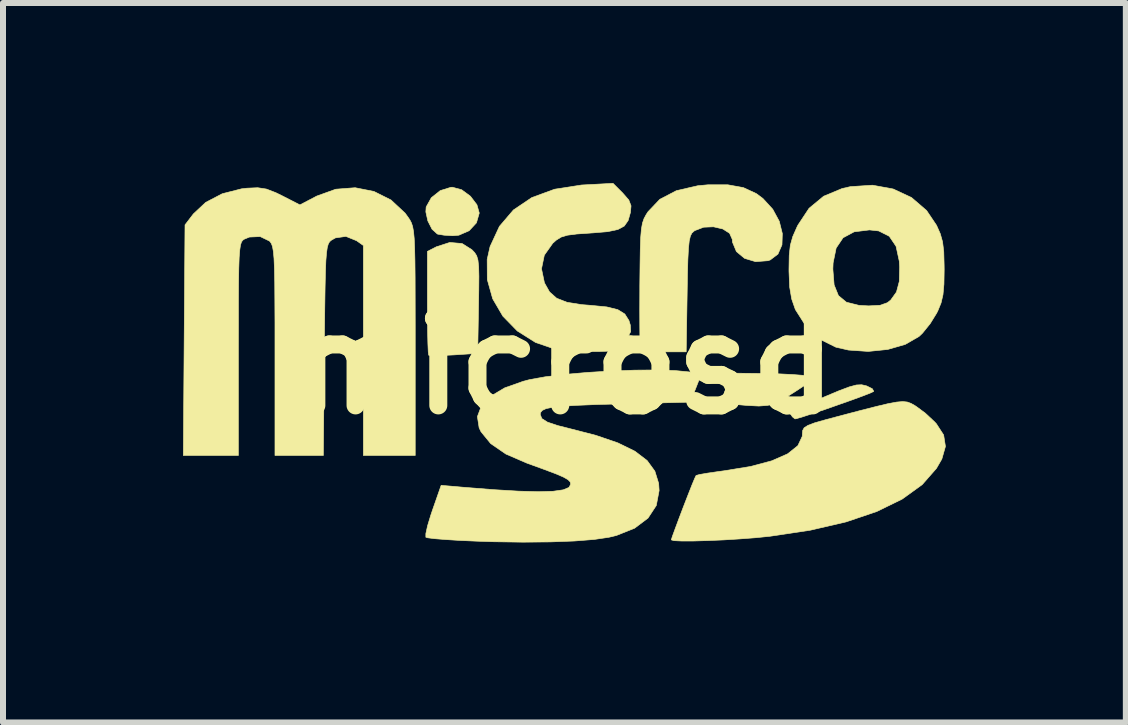
<source format=kicad_pcb>
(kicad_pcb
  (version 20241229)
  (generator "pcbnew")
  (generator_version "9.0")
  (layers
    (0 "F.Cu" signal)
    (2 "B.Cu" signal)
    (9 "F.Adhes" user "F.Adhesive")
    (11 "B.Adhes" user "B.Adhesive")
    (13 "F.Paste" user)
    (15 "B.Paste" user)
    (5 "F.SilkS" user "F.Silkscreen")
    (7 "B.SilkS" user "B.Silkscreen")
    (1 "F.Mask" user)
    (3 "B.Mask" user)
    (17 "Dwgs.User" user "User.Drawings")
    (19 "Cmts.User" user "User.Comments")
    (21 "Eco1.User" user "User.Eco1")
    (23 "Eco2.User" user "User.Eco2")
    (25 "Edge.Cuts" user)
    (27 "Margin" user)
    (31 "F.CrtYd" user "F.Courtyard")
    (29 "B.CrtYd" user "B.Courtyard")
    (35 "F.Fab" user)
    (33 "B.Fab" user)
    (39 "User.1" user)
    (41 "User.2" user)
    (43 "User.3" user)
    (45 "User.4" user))
  (footprint "microsd"
    (layer "F.Cu")
    (at 6.358 3.016)
    (property "Reference" "microsd" (at 0 0 0) (layer "F.SilkS") (effects (font (size 1.524 1.524) (thickness 0.3))))
    (attr through_hole)
    (fp_poly (pts (xy -1.715 -2.904) (xy -1.569 -2.796) (xy -1.461 -2.654) (xy -1.422 -2.516) (xy -1.469 -2.353) (xy -1.59 -2.222) (xy -1.762 -2.147) (xy -1.865 -2.138) (xy -2.008 -2.147) (xy -2.112 -2.164) (xy -2.122 -2.168) (xy -2.209 -2.247) (xy -2.279 -2.385) (xy -2.312 -2.535) (xy -2.307 -2.617) (xy -2.221 -2.771) (xy -2.072 -2.89) (xy -1.895 -2.945) (xy -1.869 -2.946) (xy -1.715 -2.904)) (stroke (width 0.01) (type solid)) (fill yes) (layer "F.SilkS"))
    (fp_poly (pts (xy -1.708 -2.008) (xy -1.546 -1.906) (xy -1.498 -1.856) (xy -1.465 -1.803) (xy -1.444 -1.732) (xy -1.432 -1.624) (xy -1.428 -1.462) (xy -1.43 -1.23) (xy -1.434 -0.979) (xy -1.448 -0.178) (xy -1.846 -0.152) (xy -2.036 -0.143) (xy -2.182 -0.141) (xy -2.26 -0.146) (xy -2.265 -0.148) (xy -2.272 -0.203) (xy -2.278 -0.343) (xy -2.283 -0.55) (xy -2.285 -0.808) (xy -2.286 -1.023) (xy -2.286 -1.877) (xy -2.136 -1.954) (xy -1.913 -2.026) (xy -1.708 -2.008)) (stroke (width 0.01) (type solid)) (fill yes) (layer "F.SilkS"))
    (fp_poly (pts (xy 3.338 0.158) (xy 3.58 0.164) (xy 3.8 0.175) (xy 3.968 0.188) (xy 4.039 0.199) (xy 4.109 0.217) (xy 4.134 0.241) (xy 4.103 0.281) (xy 4.008 0.35) (xy 3.838 0.462) (xy 3.822 0.472) (xy 3.649 0.582) (xy 3.513 0.652) (xy 3.386 0.689) (xy 3.237 0.7) (xy 3.038 0.69) (xy 2.857 0.674) (xy 2.717 0.65) (xy 2.652 0.599) (xy 2.654 0.499) (xy 2.714 0.331) (xy 2.715 0.329) (xy 2.789 0.152) (xy 3.338 0.158)) (stroke (width 0.01) (type solid)) (fill yes) (layer "F.SilkS"))
    (fp_poly (pts (xy 5.027 0.363) (xy 5.034 0.365) (xy 5.128 0.412) (xy 5.151 0.454) (xy 5.147 0.458) (xy 5.09 0.485) (xy 4.958 0.536) (xy 4.775 0.603) (xy 4.562 0.678) (xy 4.343 0.755) (xy 4.138 0.824) (xy 3.971 0.878) (xy 3.864 0.91) (xy 3.839 0.914) (xy 3.795 0.879) (xy 3.783 0.86) (xy 3.765 0.835) (xy 3.761 0.815) (xy 3.784 0.791) (xy 3.848 0.756) (xy 3.967 0.702) (xy 4.156 0.621) (xy 4.332 0.546) (xy 4.573 0.445) (xy 4.743 0.381) (xy 4.862 0.349) (xy 4.95 0.345) (xy 5.027 0.363)) (stroke (width 0.01) (type solid)) (fill yes) (layer "F.SilkS"))
    (fp_poly (pts (xy 2.719 -2.987) (xy 2.979 -2.94) (xy 3.195 -2.84) (xy 3.305 -2.758) (xy 3.468 -2.58) (xy 3.577 -2.379) (xy 3.628 -2.174) (xy 3.622 -1.985) (xy 3.555 -1.832) (xy 3.427 -1.735) (xy 3.39 -1.722) (xy 3.182 -1.706) (xy 2.999 -1.761) (xy 2.863 -1.874) (xy 2.797 -2.032) (xy 2.794 -2.078) (xy 2.749 -2.179) (xy 2.636 -2.251) (xy 2.481 -2.287) (xy 2.317 -2.28) (xy 2.17 -2.224) (xy 2.156 -2.214) (xy 2.121 -2.182) (xy 2.096 -2.133) (xy 2.077 -2.053) (xy 2.064 -1.927) (xy 2.054 -1.742) (xy 2.047 -1.482) (xy 2.042 -1.173) (xy 2.026 -0.203) (xy 1.656 -0.203) (xy 1.474 -0.206) (xy 1.335 -0.213) (xy 1.268 -0.223) (xy 1.266 -0.224) (xy 1.26 -0.279) (xy 1.255 -0.42) (xy 1.253 -0.632) (xy 1.252 -0.9) (xy 1.253 -1.208) (xy 1.253 -1.296) (xy 1.257 -1.648) (xy 1.261 -1.915) (xy 1.268 -2.11) (xy 1.28 -2.25) (xy 1.298 -2.35) (xy 1.324 -2.425) (xy 1.359 -2.49) (xy 1.39 -2.538) (xy 1.587 -2.745) (xy 1.863 -2.889) (xy 2.219 -2.971) (xy 2.39 -2.987) (xy 2.719 -2.987)) (stroke (width 0.01) (type solid)) (fill yes) (layer "F.SilkS"))
    (fp_poly (pts (xy 0.968 -2.85) (xy 1.07 -2.733) (xy 1.107 -2.636) (xy 1.097 -2.526) (xy 1.059 -2.392) (xy 0.995 -2.3) (xy 0.888 -2.242) (xy 0.719 -2.206) (xy 0.468 -2.185) (xy 0.432 -2.183) (xy 0.202 -2.167) (xy 0.048 -2.147) (xy -0.056 -2.116) (xy -0.136 -2.067) (xy -0.197 -2.013) (xy -0.338 -1.814) (xy -0.385 -1.587) (xy -0.336 -1.353) (xy -0.251 -1.202) (xy -0.133 -1.097) (xy 0.039 -1.029) (xy 0.283 -0.99) (xy 0.435 -0.978) (xy 0.702 -0.952) (xy 0.885 -0.907) (xy 1.003 -0.834) (xy 1.072 -0.725) (xy 1.095 -0.649) (xy 1.101 -0.54) (xy 1.048 -0.437) (xy 0.974 -0.357) (xy 0.893 -0.281) (xy 0.817 -0.236) (xy 0.717 -0.214) (xy 0.566 -0.208) (xy 0.398 -0.209) (xy 0.188 -0.214) (xy 0.008 -0.223) (xy -0.11 -0.234) (xy -0.127 -0.237) (xy -0.485 -0.36) (xy -0.788 -0.551) (xy -1.029 -0.798) (xy -1.198 -1.087) (xy -1.288 -1.407) (xy -1.29 -1.743) (xy -1.242 -1.957) (xy -1.086 -2.294) (xy -0.853 -2.567) (xy -0.546 -2.774) (xy -0.167 -2.913) (xy 0.281 -2.983) (xy 0.338 -2.986) (xy 0.807 -3.011) (xy 0.968 -2.85)) (stroke (width 0.01) (type solid)) (fill yes) (layer "F.SilkS"))
    (fp_poly (pts (xy 5.711 0.633) (xy 5.773 0.656) (xy 5.835 0.691) (xy 5.858 0.706) (xy 6.01 0.818) (xy 6.162 0.96) (xy 6.194 0.994) (xy 6.316 1.182) (xy 6.346 1.373) (xy 6.286 1.583) (xy 6.196 1.739) (xy 5.958 2.01) (xy 5.626 2.25) (xy 5.203 2.457) (xy 4.692 2.63) (xy 4.094 2.769) (xy 3.421 2.87) (xy 3.185 2.894) (xy 2.921 2.914) (xy 2.647 2.931) (xy 2.381 2.942) (xy 2.143 2.949) (xy 1.95 2.949) (xy 1.823 2.943) (xy 1.778 2.93) (xy 1.795 2.874) (xy 1.841 2.748) (xy 1.905 2.576) (xy 1.979 2.381) (xy 2.054 2.188) (xy 2.12 2.02) (xy 2.169 1.902) (xy 2.191 1.857) (xy 2.248 1.841) (xy 2.381 1.818) (xy 2.567 1.791) (xy 2.656 1.779) (xy 3.099 1.707) (xy 3.454 1.612) (xy 3.717 1.496) (xy 3.887 1.36) (xy 3.96 1.205) (xy 3.962 1.166) (xy 3.967 1.107) (xy 3.992 1.062) (xy 4.053 1.023) (xy 4.166 0.98) (xy 4.349 0.928) (xy 4.559 0.872) (xy 4.915 0.778) (xy 5.186 0.709) (xy 5.387 0.661) (xy 5.532 0.634) (xy 5.635 0.625) (xy 5.711 0.633)) (stroke (width 0.01) (type solid)) (fill yes) (layer "F.SilkS"))
    (fp_poly (pts (xy 5.475 -2.917) (xy 5.78 -2.775) (xy 6.032 -2.558) (xy 6.198 -2.311) (xy 6.26 -2.171) (xy 6.298 -2.036) (xy 6.318 -1.872) (xy 6.324 -1.648) (xy 6.325 -1.575) (xy 6.321 -1.33) (xy 6.305 -1.155) (xy 6.273 -1.018) (xy 6.219 -0.886) (xy 6.198 -0.845) (xy 6.091 -0.672) (xy 5.964 -0.515) (xy 5.905 -0.459) (xy 5.676 -0.327) (xy 5.384 -0.243) (xy 5.06 -0.21) (xy 4.73 -0.233) (xy 4.52 -0.281) (xy 4.254 -0.413) (xy 4.024 -0.627) (xy 3.849 -0.902) (xy 3.843 -0.914) (xy 3.784 -1.084) (xy 3.75 -1.284) (xy 3.739 -1.546) (xy 3.739 -1.578) (xy 3.739 -1.58) (xy 4.47 -1.58) (xy 4.491 -1.319) (xy 4.563 -1.14) (xy 4.696 -1.03) (xy 4.904 -0.978) (xy 5.067 -0.969) (xy 5.256 -0.979) (xy 5.379 -1.022) (xy 5.434 -1.066) (xy 5.53 -1.2) (xy 5.577 -1.376) (xy 5.583 -1.618) (xy 5.577 -1.713) (xy 5.523 -1.962) (xy 5.41 -2.129) (xy 5.234 -2.218) (xy 5.08 -2.235) (xy 4.824 -2.203) (xy 4.64 -2.104) (xy 4.525 -1.933) (xy 4.474 -1.684) (xy 4.47 -1.58) (xy 3.739 -1.58) (xy 3.743 -1.81) (xy 3.761 -1.978) (xy 3.802 -2.124) (xy 3.873 -2.285) (xy 3.888 -2.315) (xy 4.074 -2.596) (xy 4.316 -2.796) (xy 4.623 -2.924) (xy 4.762 -2.956) (xy 5.131 -2.98) (xy 5.475 -2.917)) (stroke (width 0.01) (type solid)) (fill yes) (layer "F.SilkS"))
    (fp_poly (pts (xy -4.969 -2.916) (xy -4.811 -2.855) (xy -4.707 -2.804) (xy -4.41 -2.652) (xy -4.13 -2.799) (xy -3.814 -2.913) (xy -3.49 -2.938) (xy -3.177 -2.876) (xy -2.893 -2.734) (xy -2.658 -2.515) (xy -2.605 -2.442) (xy -2.575 -2.396) (xy -2.551 -2.349) (xy -2.532 -2.289) (xy -2.517 -2.206) (xy -2.506 -2.091) (xy -2.499 -1.931) (xy -2.494 -1.718) (xy -2.491 -1.44) (xy -2.49 -1.087) (xy -2.489 -0.649) (xy -2.489 -0.373) (xy -2.489 1.524) (xy -3.353 1.524) (xy -3.353 -0.226) (xy -3.353 -1.975) (xy -3.466 -2.055) (xy -3.644 -2.127) (xy -3.819 -2.102) (xy -3.889 -2.062) (xy -3.916 -2.038) (xy -3.937 -2.002) (xy -3.954 -1.945) (xy -3.967 -1.855) (xy -3.978 -1.722) (xy -3.985 -1.536) (xy -3.991 -1.286) (xy -3.996 -0.962) (xy -4.001 -0.554) (xy -4.004 -0.233) (xy -4.02 1.524) (xy -4.826 1.524) (xy -4.826 -0.221) (xy -4.826 -0.69) (xy -4.828 -1.068) (xy -4.83 -1.365) (xy -4.835 -1.592) (xy -4.842 -1.759) (xy -4.853 -1.877) (xy -4.867 -1.956) (xy -4.885 -2.006) (xy -4.908 -2.039) (xy -4.919 -2.05) (xy -5.072 -2.124) (xy -5.252 -2.116) (xy -5.337 -2.081) (xy -5.363 -2.063) (xy -5.384 -2.034) (xy -5.401 -1.982) (xy -5.413 -1.899) (xy -5.423 -1.773) (xy -5.429 -1.594) (xy -5.433 -1.353) (xy -5.435 -1.039) (xy -5.435 -0.642) (xy -5.436 -0.252) (xy -5.436 1.524) (xy -6.353 1.524) (xy -6.339 -0.398) (xy -6.325 -2.319) (xy -6.186 -2.501) (xy -5.98 -2.694) (xy -5.704 -2.838) (xy -5.382 -2.92) (xy -5.295 -2.93) (xy -5.114 -2.938) (xy -4.969 -2.916)) (stroke (width 0.01) (type solid)) (fill yes) (layer "F.SilkS"))
    (fp_poly (pts (xy 1.844 0.109) (xy 2.082 0.132) (xy 2.092 0.134) (xy 2.279 0.165) (xy 2.095 0.635) (xy 0.933 0.664) (xy 0.526 0.675) (xy 0.209 0.688) (xy -0.029 0.702) (xy -0.198 0.72) (xy -0.309 0.743) (xy -0.373 0.773) (xy -0.402 0.81) (xy -0.406 0.842) (xy -0.379 0.909) (xy -0.286 0.968) (xy -0.116 1.025) (xy 0.051 1.067) (xy 0.517 1.187) (xy 0.888 1.314) (xy 1.172 1.453) (xy 1.375 1.608) (xy 1.504 1.785) (xy 1.567 1.988) (xy 1.575 2.108) (xy 1.528 2.357) (xy 1.39 2.567) (xy 1.166 2.736) (xy 0.863 2.857) (xy 0.737 2.887) (xy 0.492 2.923) (xy 0.162 2.949) (xy -0.239 2.964) (xy -0.693 2.968) (xy -1.185 2.961) (xy -1.456 2.952) (xy -1.736 2.94) (xy -1.978 2.925) (xy -2.167 2.91) (xy -2.284 2.895) (xy -2.312 2.886) (xy -2.312 2.826) (xy -2.283 2.694) (xy -2.229 2.516) (xy -2.202 2.436) (xy -2.057 2.021) (xy -1.702 2.052) (xy -1.188 2.093) (xy -0.768 2.118) (xy -0.438 2.127) (xy -0.191 2.12) (xy -0.023 2.096) (xy 0.073 2.056) (xy 0.102 2.002) (xy 0.093 1.964) (xy 0.057 1.927) (xy -0.02 1.883) (xy -0.151 1.827) (xy -0.351 1.752) (xy -0.629 1.651) (xy -0.978 1.5) (xy -1.231 1.326) (xy -1.393 1.128) (xy -1.424 1.063) (xy -1.453 0.876) (xy -1.387 0.699) (xy -1.233 0.537) (xy -0.998 0.397) (xy -0.688 0.287) (xy -0.584 0.26) (xy -0.324 0.213) (xy 0.006 0.173) (xy 0.38 0.14) (xy 0.774 0.116) (xy 1.166 0.102) (xy 1.53 0.099) (xy 1.844 0.109)) (stroke (width 0.01) (type solid)) (fill yes) (layer "F.SilkS")))
  (gr_rect
    (start -3 -3)
    (end 15.71 8.989)
    (stroke (width 0.1) (type default))
    (fill no)
    (layer "Edge.Cuts")))
</source>
